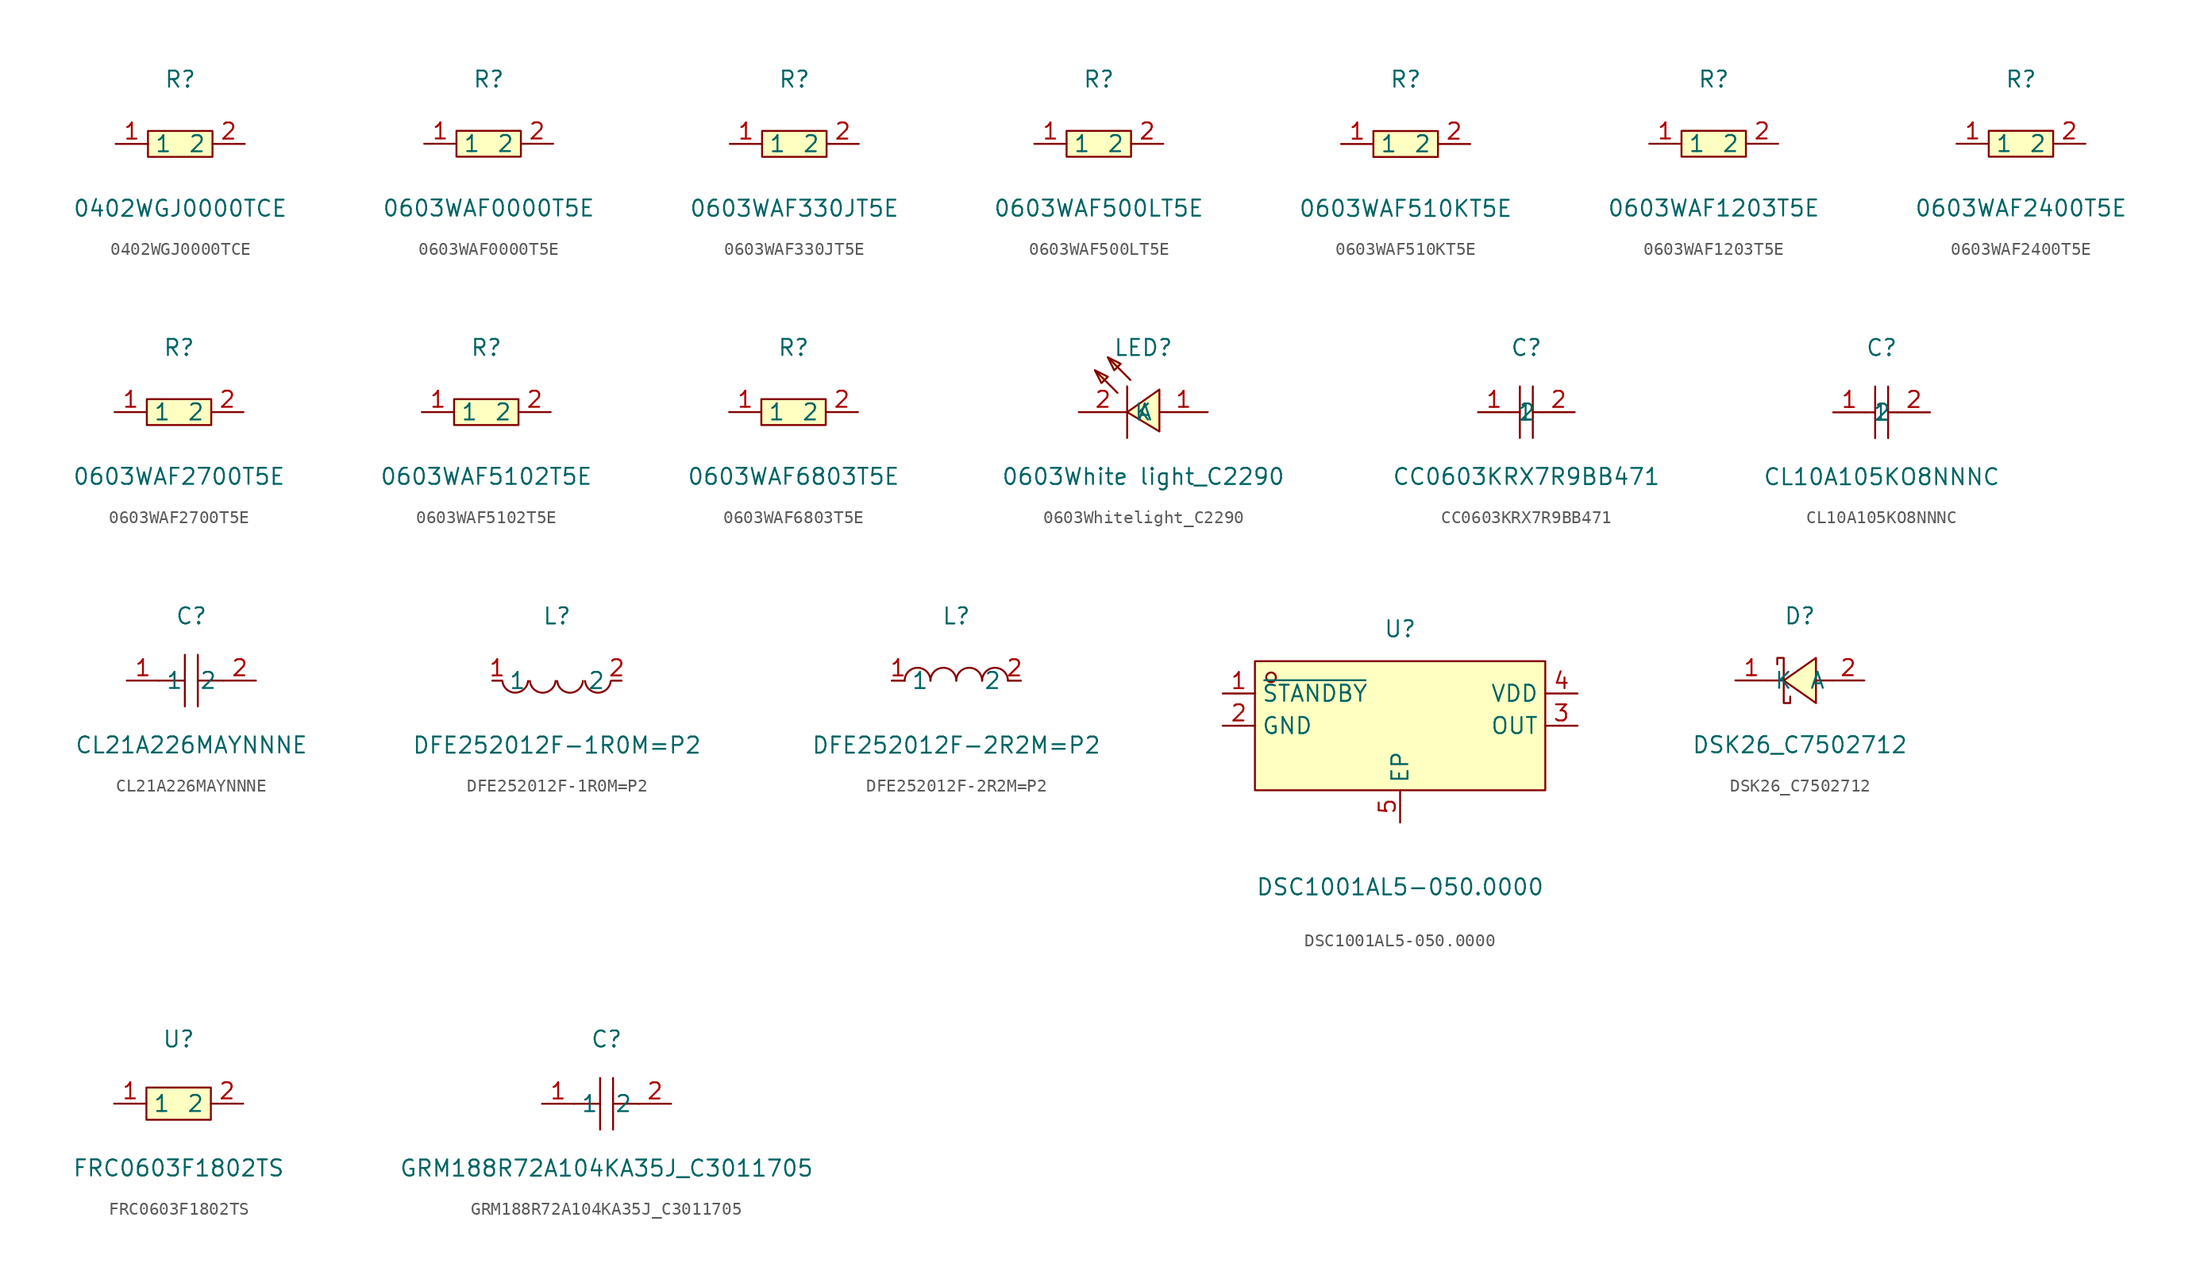
<source format=kicad_sym>
(kicad_symbol_lib
  (version 20211014)
  (generator https://github.com/uPesy/easyeda2kicad.py)
  (symbol "0402WGJ0000TCE"
    (property "Reference" "R"
      (at 0 5.08 0)
      (effects (font (size 1.27 1.27))))
    (property "Value" "0402WGJ0000TCE"
      (at 0 -5.08 0)
      (effects (font (size 1.27 1.27))))
    (symbol "0402WGJ0000TCE_0_1"
      (rectangle (start -2.54 1.02) (end 2.54 -1.02) (stroke (width 0) (type default) (color 0 0 0 0)) (fill (type background)))
      (pin input line (at 5.08 -0.00 180) (length 2.54) (name "2" (effects (font (size 1.27 1.27)))) (number "2" (effects (font (size 1.27 1.27)))))
      (pin input line (at -5.08 -0.00 0) (length 2.54) (name "1" (effects (font (size 1.27 1.27)))) (number "1" (effects (font (size 1.27 1.27)))))))
  (symbol "0603WAF0000T5E"
    (property "Reference" "R"
      (at 0 5.08 0)
      (effects (font (size 1.27 1.27))))
    (property "Value" "0603WAF0000T5E"
      (at 0 -5.08 0)
      (effects (font (size 1.27 1.27))))
    (symbol "0603WAF0000T5E_0_1"
      (rectangle (start -2.54 1.02) (end 2.54 -1.02) (stroke (width 0) (type default) (color 0 0 0 0)) (fill (type background)))
      (pin input line (at 5.08 -0.00 180) (length 2.54) (name "2" (effects (font (size 1.27 1.27)))) (number "2" (effects (font (size 1.27 1.27)))))
      (pin input line (at -5.08 -0.00 0) (length 2.54) (name "1" (effects (font (size 1.27 1.27)))) (number "1" (effects (font (size 1.27 1.27)))))))
  (symbol "0603WAF330JT5E"
    (property "Reference" "R"
      (at 0 5.08 0)
      (effects (font (size 1.27 1.27))))
    (property "Value" "0603WAF330JT5E"
      (at 0 -5.08 0)
      (effects (font (size 1.27 1.27))))
    (symbol "0603WAF330JT5E_0_1"
      (rectangle (start -2.54 1.02) (end 2.54 -1.02) (stroke (width 0) (type default) (color 0 0 0 0)) (fill (type background)))
      (pin input line (at 5.08 -0.00 180) (length 2.54) (name "2" (effects (font (size 1.27 1.27)))) (number "2" (effects (font (size 1.27 1.27)))))
      (pin input line (at -5.08 -0.00 0) (length 2.54) (name "1" (effects (font (size 1.27 1.27)))) (number "1" (effects (font (size 1.27 1.27)))))))
  (symbol "0603WAF500LT5E"
    (property "Reference" "R"
      (at 0 5.08 0)
      (effects (font (size 1.27 1.27))))
    (property "Value" "0603WAF500LT5E"
      (at 0 -5.08 0)
      (effects (font (size 1.27 1.27))))
    (symbol "0603WAF500LT5E_0_1"
      (rectangle (start -2.54 1.02) (end 2.54 -1.02) (stroke (width 0) (type default) (color 0 0 0 0)) (fill (type background)))
      (pin input line (at 5.08 -0.00 180) (length 2.54) (name "2" (effects (font (size 1.27 1.27)))) (number "2" (effects (font (size 1.27 1.27)))))
      (pin input line (at -5.08 -0.00 0) (length 2.54) (name "1" (effects (font (size 1.27 1.27)))) (number "1" (effects (font (size 1.27 1.27)))))))
  (symbol "0603WAF510KT5E"
    (property "Reference" "R"
      (at 0 5.08 0)
      (effects (font (size 1.27 1.27))))
    (property "Value" "0603WAF510KT5E"
      (at 0 -5.08 0)
      (effects (font (size 1.27 1.27))))
    (symbol "0603WAF510KT5E_0_1"
      (rectangle (start -2.54 1.02) (end 2.54 -1.02) (stroke (width 0) (type default) (color 0 0 0 0)) (fill (type background)))
      (pin input line (at 5.08 -0.00 180) (length 2.54) (name "2" (effects (font (size 1.27 1.27)))) (number "2" (effects (font (size 1.27 1.27)))))
      (pin input line (at -5.08 -0.00 0) (length 2.54) (name "1" (effects (font (size 1.27 1.27)))) (number "1" (effects (font (size 1.27 1.27)))))))
  (symbol "0603WAF1203T5E"
    (property "Reference" "R"
      (at 0 5.08 0)
      (effects (font (size 1.27 1.27))))
    (property "Value" "0603WAF1203T5E"
      (at 0 -5.08 0)
      (effects (font (size 1.27 1.27))))
    (symbol "0603WAF1203T5E_0_1"
      (rectangle (start -2.54 1.02) (end 2.54 -1.02) (stroke (width 0) (type default) (color 0 0 0 0)) (fill (type background)))
      (pin input line (at 5.08 -0.00 180) (length 2.54) (name "2" (effects (font (size 1.27 1.27)))) (number "2" (effects (font (size 1.27 1.27)))))
      (pin input line (at -5.08 -0.00 0) (length 2.54) (name "1" (effects (font (size 1.27 1.27)))) (number "1" (effects (font (size 1.27 1.27)))))))
  (symbol "0603WAF2400T5E"
    (property "Reference" "R"
      (at 0 5.08 0)
      (effects (font (size 1.27 1.27))))
    (property "Value" "0603WAF2400T5E"
      (at 0 -5.08 0)
      (effects (font (size 1.27 1.27))))
    (symbol "0603WAF2400T5E_0_1"
      (rectangle (start -2.54 1.02) (end 2.54 -1.02) (stroke (width 0) (type default) (color 0 0 0 0)) (fill (type background)))
      (pin input line (at 5.08 -0.00 180) (length 2.54) (name "2" (effects (font (size 1.27 1.27)))) (number "2" (effects (font (size 1.27 1.27)))))
      (pin input line (at -5.08 -0.00 0) (length 2.54) (name "1" (effects (font (size 1.27 1.27)))) (number "1" (effects (font (size 1.27 1.27)))))))
  (symbol "0603WAF2700T5E"
    (property "Reference" "R"
      (at 0 5.08 0)
      (effects (font (size 1.27 1.27))))
    (property "Value" "0603WAF2700T5E"
      (at 0 -5.08 0)
      (effects (font (size 1.27 1.27))))
    (symbol "0603WAF2700T5E_0_1"
      (rectangle (start -2.54 1.02) (end 2.54 -1.02) (stroke (width 0) (type default) (color 0 0 0 0)) (fill (type background)))
      (pin input line (at 5.08 -0.00 180) (length 2.54) (name "2" (effects (font (size 1.27 1.27)))) (number "2" (effects (font (size 1.27 1.27)))))
      (pin input line (at -5.08 -0.00 0) (length 2.54) (name "1" (effects (font (size 1.27 1.27)))) (number "1" (effects (font (size 1.27 1.27)))))))
  (symbol "0603WAF5102T5E"
    (property "Reference" "R"
      (at 0 5.08 0)
      (effects (font (size 1.27 1.27))))
    (property "Value" "0603WAF5102T5E"
      (at 0 -5.08 0)
      (effects (font (size 1.27 1.27))))
    (symbol "0603WAF5102T5E_0_1"
      (rectangle (start -2.54 1.02) (end 2.54 -1.02) (stroke (width 0) (type default) (color 0 0 0 0)) (fill (type background)))
      (pin input line (at 5.08 -0.00 180) (length 2.54) (name "2" (effects (font (size 1.27 1.27)))) (number "2" (effects (font (size 1.27 1.27)))))
      (pin input line (at -5.08 -0.00 0) (length 2.54) (name "1" (effects (font (size 1.27 1.27)))) (number "1" (effects (font (size 1.27 1.27)))))))
  (symbol "0603WAF6803T5E"
    (property "Reference" "R"
      (at 0 5.08 0)
      (effects (font (size 1.27 1.27))))
    (property "Value" "0603WAF6803T5E"
      (at 0 -5.08 0)
      (effects (font (size 1.27 1.27))))
    (symbol "0603WAF6803T5E_0_1"
      (rectangle (start -2.54 1.02) (end 2.54 -1.02) (stroke (width 0) (type default) (color 0 0 0 0)) (fill (type background)))
      (pin input line (at 5.08 -0.00 180) (length 2.54) (name "2" (effects (font (size 1.27 1.27)))) (number "2" (effects (font (size 1.27 1.27)))))
      (pin input line (at -5.08 -0.00 0) (length 2.54) (name "1" (effects (font (size 1.27 1.27)))) (number "1" (effects (font (size 1.27 1.27)))))))
  (symbol "0603Whitelight_C2290"
    (property "Reference" "LED"
      (at 0 3.81 0)
      (effects (font (size 1.27 1.27))))
    (property "Value" "0603White light_C2290"
      (at 0 -6.35 0)
      (effects (font (size 1.27 1.27))))
    (symbol "0603Whitelight_C2290_0_1"
      (polyline (pts (xy -3.81 2.03) (xy -2.79 1.52) (xy -3.30 1.02) (xy -3.81 2.03)) (stroke (width 0) (type default) (color 0 0 0 0)) (fill (type background)))
      (polyline (pts (xy -2.79 3.05) (xy -1.78 2.54) (xy -2.29 2.03) (xy -2.79 3.05)) (stroke (width 0) (type default) (color 0 0 0 0)) (fill (type background)))
      (polyline (pts (xy 1.27 -2.79) (xy -1.27 -1.27) (xy 1.27 0.51) (xy 1.27 -2.79)) (stroke (width 0) (type default) (color 0 0 0 0)) (fill (type background)))
      (polyline (pts (xy -2.03 0.25) (xy -3.81 2.03)) (stroke (width 0) (type default) (color 0 0 0 0)) (fill (type none)))
      (polyline (pts (xy -1.02 1.27) (xy -2.79 3.05)) (stroke (width 0) (type default) (color 0 0 0 0)) (fill (type none)))
      (polyline (pts (xy -1.27 0.76) (xy -1.27 -3.30)) (stroke (width 0) (type default) (color 0 0 0 0)) (fill (type none)))
      (pin unspecified line (at -5.08 -1.27 0) (length 3.81) (name "K" (effects (font (size 1.27 1.27)))) (number "2" (effects (font (size 1.27 1.27)))))
      (pin unspecified line (at 5.08 -1.27 180) (length 3.81) (name "A" (effects (font (size 1.27 1.27)))) (number "1" (effects (font (size 1.27 1.27)))))))
  (symbol "CC0603KRX7R9BB471"
    (property "Reference" "C"
      (at 0 5.08 0)
      (effects (font (size 1.27 1.27))))
    (property "Value" "CC0603KRX7R9BB471"
      (at 0 -5.08 0)
      (effects (font (size 1.27 1.27))))
    (symbol "CC0603KRX7R9BB471_0_1"
      (polyline (pts (xy -0.51 2.03) (xy -0.51 -2.03)) (stroke (width 0) (type default) (color 0 0 0 0)) (fill (type none)))
      (polyline (pts (xy 0.51 2.03) (xy 0.51 -2.03)) (stroke (width 0) (type default) (color 0 0 0 0)) (fill (type none)))
      (polyline (pts (xy -1.27 -0.00) (xy -0.51 -0.00)) (stroke (width 0) (type default) (color 0 0 0 0)) (fill (type none)))
      (polyline (pts (xy 0.51 -0.00) (xy 1.27 -0.00)) (stroke (width 0) (type default) (color 0 0 0 0)) (fill (type none)))
      (pin input line (at -3.81 -0.00 0) (length 2.54) (name "1" (effects (font (size 1.27 1.27)))) (number "1" (effects (font (size 1.27 1.27)))))
      (pin input line (at 3.81 -0.00 180) (length 2.54) (name "2" (effects (font (size 1.27 1.27)))) (number "2" (effects (font (size 1.27 1.27)))))))
  (symbol "CL10A105KO8NNNC"
    (property "Reference" "C"
      (at 0 5.08 0)
      (effects (font (size 1.27 1.27))))
    (property "Value" "CL10A105KO8NNNC"
      (at 0 -5.08 0)
      (effects (font (size 1.27 1.27))))
    (symbol "CL10A105KO8NNNC_0_1"
      (polyline (pts (xy -0.51 2.03) (xy -0.51 -2.03)) (stroke (width 0) (type default) (color 0 0 0 0)) (fill (type none)))
      (polyline (pts (xy 0.51 2.03) (xy 0.51 -2.03)) (stroke (width 0) (type default) (color 0 0 0 0)) (fill (type none)))
      (polyline (pts (xy -1.27 -0.00) (xy -0.51 -0.00)) (stroke (width 0) (type default) (color 0 0 0 0)) (fill (type none)))
      (polyline (pts (xy 0.51 -0.00) (xy 1.27 -0.00)) (stroke (width 0) (type default) (color 0 0 0 0)) (fill (type none)))
      (pin input line (at -3.81 -0.00 0) (length 2.54) (name "1" (effects (font (size 1.27 1.27)))) (number "1" (effects (font (size 1.27 1.27)))))
      (pin input line (at 3.81 -0.00 180) (length 2.54) (name "2" (effects (font (size 1.27 1.27)))) (number "2" (effects (font (size 1.27 1.27)))))))
  (symbol "CL21A226MAYNNNE"
    (property "Reference" "C"
      (at 0 5.08 0)
      (effects (font (size 1.27 1.27))))
    (property "Value" "CL21A226MAYNNNE"
      (at 0 -5.08 0)
      (effects (font (size 1.27 1.27))))
    (symbol "CL21A226MAYNNNE_0_1"
      (polyline (pts (xy -0.51 -2.03) (xy -0.51 2.03)) (stroke (width 0) (type default) (color 0 0 0 0)) (fill (type none)))
      (polyline (pts (xy 2.54 -0.00) (xy 0.51 -0.00)) (stroke (width 0) (type default) (color 0 0 0 0)) (fill (type none)))
      (polyline (pts (xy 0.51 2.03) (xy 0.51 -2.03)) (stroke (width 0) (type default) (color 0 0 0 0)) (fill (type none)))
      (polyline (pts (xy -0.51 -0.00) (xy -2.54 -0.00)) (stroke (width 0) (type default) (color 0 0 0 0)) (fill (type none)))
      (pin unspecified line (at -5.08 -0.00 0) (length 2.54) (name "1" (effects (font (size 1.27 1.27)))) (number "1" (effects (font (size 1.27 1.27)))))
      (pin unspecified line (at 5.08 -0.00 180) (length 2.54) (name "2" (effects (font (size 1.27 1.27)))) (number "2" (effects (font (size 1.27 1.27)))))))
  (symbol "DFE252012F-1R0M=P2"
    (property "Reference" "L"
      (at 0 5.08 0)
      (effects (font (size 1.27 1.27))))
    (property "Value" "DFE252012F-1R0M=P2"
      (at 0 -5.08 0)
      (effects (font (size 1.27 1.27))))
    (symbol "DFE252012F-1R0M=P2_0_1"
      (arc (start 2.21 -0.02) (mid 3.68 -1.01) (end 4.23 -0.02) (stroke (width 0) (type default) (color 0 0 0 0)) (fill (type none)))
      (arc (start 0.02 -0.02) (mid 1.49 -1.01) (end 2.04 -0.02) (stroke (width 0) (type default) (color 0 0 0 0)) (fill (type none)))
      (arc (start -2.13 -0.02) (mid -0.66 -1.01) (end -0.11 -0.02) (stroke (width 0) (type default) (color 0 0 0 0)) (fill (type none)))
      (arc (start -4.29 -0.02) (mid -2.81 -1.01) (end -2.27 -0.02) (stroke (width 0) (type default) (color 0 0 0 0)) (fill (type none)))
      (pin unspecified line (at -5.08 -0.00 0) (length 0.762) (name "1" (effects (font (size 1.27 1.27)))) (number "1" (effects (font (size 1.27 1.27)))))
      (pin unspecified line (at 5.08 -0.00 180) (length 0.762) (name "2" (effects (font (size 1.27 1.27)))) (number "2" (effects (font (size 1.27 1.27)))))))
  (symbol "DFE252012F-2R2M=P2"
    (property "Reference" "L"
      (at 0 5.08 0)
      (effects (font (size 1.27 1.27))))
    (property "Value" "DFE252012F-2R2M=P2"
      (at 0 -5.08 0)
      (effects (font (size 1.27 1.27))))
    (symbol "DFE252012F-2R2M=P2_0_1"
      (arc (start -4.06 -0.01) (mid -2.83 0.99) (end -2.03 0.01) (stroke (width 0) (type default) (color 0 0 0 0)) (fill (type none)))
      (arc (start -2.03 -0.01) (mid -0.80 0.99) (end 0.00 0.01) (stroke (width 0) (type default) (color 0 0 0 0)) (fill (type none)))
      (arc (start 2.03 -0.01) (mid 3.26 0.99) (end 4.06 0.01) (stroke (width 0) (type default) (color 0 0 0 0)) (fill (type none)))
      (arc (start 0.00 -0.01) (mid 1.23 0.99) (end 2.03 0.01) (stroke (width 0) (type default) (color 0 0 0 0)) (fill (type none)))
      (pin unspecified line (at 5.08 -0.00 180) (length 1.016) (name "2" (effects (font (size 1.27 1.27)))) (number "2" (effects (font (size 1.27 1.27)))))
      (pin unspecified line (at -5.08 -0.00 0) (length 1.016) (name "1" (effects (font (size 1.27 1.27)))) (number "1" (effects (font (size 1.27 1.27)))))))
  (symbol "DSC1001AL5-050.0000"
    (property "Reference" "U"
      (at 0 8.89 0)
      (effects (font (size 1.27 1.27))))
    (property "Value" "DSC1001AL5-050.0000"
      (at 0 -11.43 0)
      (effects (font (size 1.27 1.27))))
    (symbol "DSC1001AL5-050.0000_0_1"
      (rectangle (start -11.43 6.35) (end 11.43 -3.81) (stroke (width 0) (type default) (color 0 0 0 0)) (fill (type background)))
      (circle (center -10.16 5.08) (radius 0.38) (stroke (width 0) (type default) (color 0 0 0 0)) (fill (type none)))
      (pin unspecified line (at -13.97 3.81 0) (length 2.54) (name "~{STANDBY}" (effects (font (size 1.27 1.27)))) (number "1" (effects (font (size 1.27 1.27)))))
      (pin unspecified line (at -13.97 1.27 0) (length 2.54) (name "GND" (effects (font (size 1.27 1.27)))) (number "2" (effects (font (size 1.27 1.27)))))
      (pin unspecified line (at 13.97 1.27 180) (length 2.54) (name "OUT" (effects (font (size 1.27 1.27)))) (number "3" (effects (font (size 1.27 1.27)))))
      (pin unspecified line (at 13.97 3.81 180) (length 2.54) (name "VDD" (effects (font (size 1.27 1.27)))) (number "4" (effects (font (size 1.27 1.27)))))
      (pin unspecified line (at 0.00 -6.35 90) (length 2.54) (name "EP" (effects (font (size 1.27 1.27)))) (number "5" (effects (font (size 1.27 1.27)))))))
  (symbol "DSK26_C7502712"
    (property "Reference" "D"
      (at 0 5.08 0)
      (effects (font (size 1.27 1.27))))
    (property "Value" "DSK26_C7502712"
      (at 0 -5.08 0)
      (effects (font (size 1.27 1.27))))
    (symbol "DSK26_C7502712_0_1"
      (polyline (pts (xy 1.27 1.78) (xy -1.27 -0.00) (xy 1.27 -1.78) (xy 1.27 1.78)) (stroke (width 0) (type default) (color 0 0 0 0)) (fill (type background)))
      (polyline (pts (xy -1.78 1.27) (xy -1.78 1.78) (xy -1.27 1.78) (xy -1.27 -1.78) (xy -0.76 -1.78) (xy -0.76 -1.27)) (stroke (width 0) (type default) (color 0 0 0 0)) (fill (type none)))
      (polyline (pts (xy 2.54 -0.00) (xy 1.27 -0.00)) (stroke (width 0) (type default) (color 0 0 0 0)) (fill (type none)))
      (polyline (pts (xy -1.27 -0.00) (xy -2.54 -0.00)) (stroke (width 0) (type default) (color 0 0 0 0)) (fill (type none)))
      (pin unspecified line (at 5.08 -0.00 180) (length 2.54) (name "A" (effects (font (size 1.27 1.27)))) (number "2" (effects (font (size 1.27 1.27)))))
      (pin unspecified line (at -5.08 -0.00 0) (length 2.54) (name "K" (effects (font (size 1.27 1.27)))) (number "1" (effects (font (size 1.27 1.27)))))))
  (symbol "FRC0603F1802TS"
    (property "Reference" "U"
      (at 0 5.08 0)
      (effects (font (size 1.27 1.27))))
    (property "Value" "FRC0603F1802TS"
      (at 0 -5.08 0)
      (effects (font (size 1.27 1.27))))
    (symbol "FRC0603F1802TS_0_1"
      (rectangle (start -2.54 1.27) (end 2.54 -1.27) (stroke (width 0) (type default) (color 0 0 0 0)) (fill (type background)))
      (pin unspecified line (at -5.08 -0.00 0) (length 2.54) (name "1" (effects (font (size 1.27 1.27)))) (number "1" (effects (font (size 1.27 1.27)))))
      (pin unspecified line (at 5.08 -0.00 180) (length 2.54) (name "2" (effects (font (size 1.27 1.27)))) (number "2" (effects (font (size 1.27 1.27)))))))
  (symbol "GRM188R72A104KA35J_C3011705"
    (property "Reference" "C"
      (at 0 5.08 0)
      (effects (font (size 1.27 1.27))))
    (property "Value" "GRM188R72A104KA35J_C3011705"
      (at 0 -5.08 0)
      (effects (font (size 1.27 1.27))))
    (symbol "GRM188R72A104KA35J_C3011705_0_1"
      (polyline (pts (xy -0.51 -2.03) (xy -0.51 2.03)) (stroke (width 0) (type default) (color 0 0 0 0)) (fill (type none)))
      (polyline (pts (xy 2.54 -0.00) (xy 0.51 -0.00)) (stroke (width 0) (type default) (color 0 0 0 0)) (fill (type none)))
      (polyline (pts (xy 0.51 2.03) (xy 0.51 -2.03)) (stroke (width 0) (type default) (color 0 0 0 0)) (fill (type none)))
      (polyline (pts (xy -0.51 -0.00) (xy -2.54 -0.00)) (stroke (width 0) (type default) (color 0 0 0 0)) (fill (type none)))
      (pin unspecified line (at -5.08 -0.00 0) (length 2.54) (name "1" (effects (font (size 1.27 1.27)))) (number "1" (effects (font (size 1.27 1.27)))))
      (pin unspecified line (at 5.08 -0.00 180) (length 2.54) (name "2" (effects (font (size 1.27 1.27)))) (number "2" (effects (font (size 1.27 1.27))))))))
</source>
